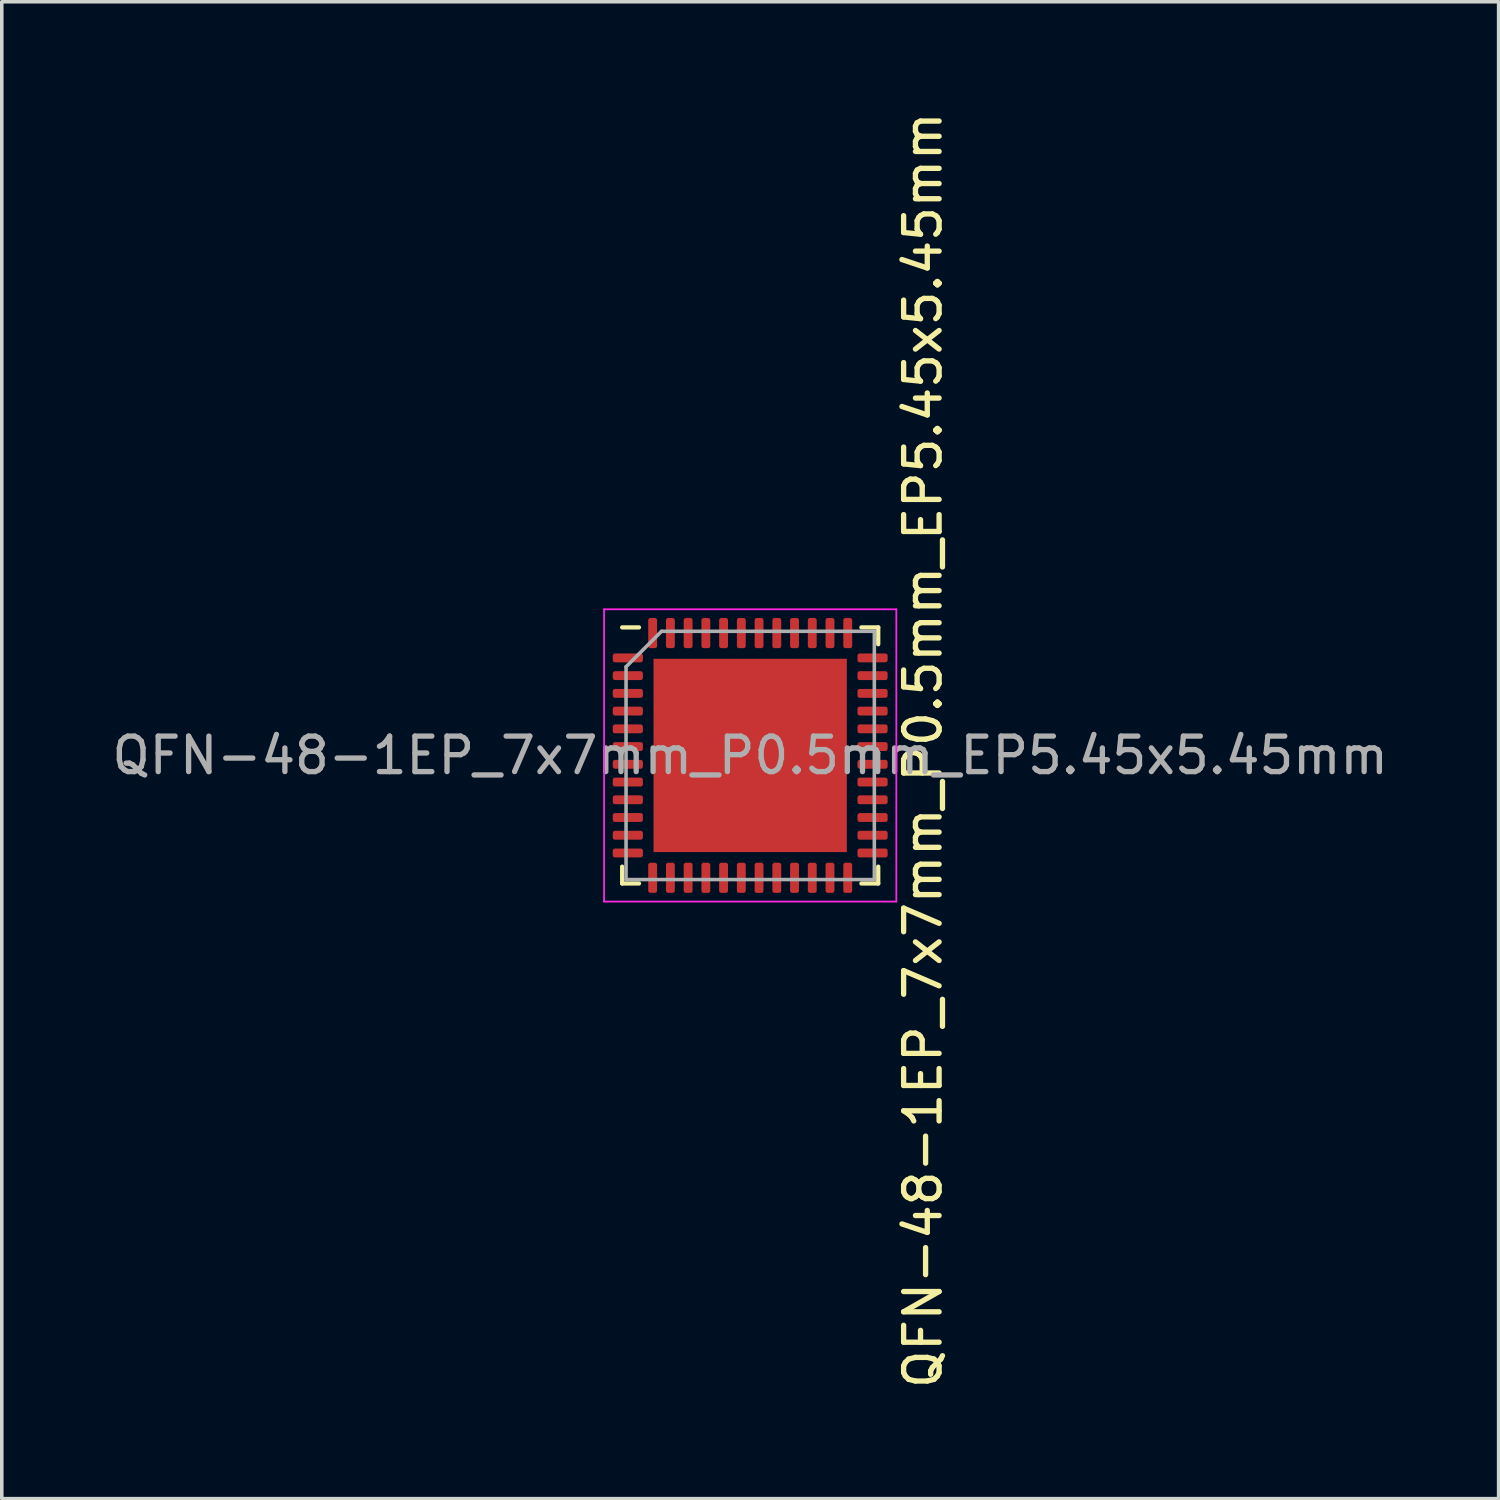
<source format=kicad_pcb>
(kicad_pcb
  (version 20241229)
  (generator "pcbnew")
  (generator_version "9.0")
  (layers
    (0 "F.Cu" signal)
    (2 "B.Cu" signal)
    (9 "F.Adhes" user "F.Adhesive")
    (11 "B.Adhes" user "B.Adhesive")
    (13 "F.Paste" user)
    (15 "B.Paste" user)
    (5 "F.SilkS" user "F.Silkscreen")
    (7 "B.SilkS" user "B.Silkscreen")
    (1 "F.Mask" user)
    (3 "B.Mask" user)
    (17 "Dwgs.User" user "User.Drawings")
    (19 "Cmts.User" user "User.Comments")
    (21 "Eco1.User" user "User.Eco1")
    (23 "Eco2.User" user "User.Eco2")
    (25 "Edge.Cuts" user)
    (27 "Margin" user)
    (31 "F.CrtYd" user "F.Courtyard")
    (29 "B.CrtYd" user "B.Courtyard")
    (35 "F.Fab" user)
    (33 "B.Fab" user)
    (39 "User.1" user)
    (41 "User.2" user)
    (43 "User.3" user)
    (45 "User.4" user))
  (footprint "QFN-48-1EP_7x7mm_P0.5mm_EP5.45x5.45mm"
    (layer "F.Cu")
    (at 18.101 18.249)
    (property "Reference" "QFN-48-1EP_7x7mm_P0.5mm_EP5.45x5.45mm" (at 4.871 -0.148 90) (layer "F.SilkS") (effects (font (size 1 1) (thickness 0.15))))
    (attr smd)
    (fp_line (start -3.61 3.61) (end -3.61 3.135) (stroke (width 0.12) (type solid)) (layer "F.SilkS"))
    (fp_line (start -3.135 -3.61) (end -3.61 -3.61) (stroke (width 0.12) (type solid)) (layer "F.SilkS"))
    (fp_line (start -3.135 3.61) (end -3.61 3.61) (stroke (width 0.12) (type solid)) (layer "F.SilkS"))
    (fp_line (start 3.135 -3.61) (end 3.61 -3.61) (stroke (width 0.12) (type solid)) (layer "F.SilkS"))
    (fp_line (start 3.135 3.61) (end 3.61 3.61) (stroke (width 0.12) (type solid)) (layer "F.SilkS"))
    (fp_line (start 3.61 -3.61) (end 3.61 -3.135) (stroke (width 0.12) (type solid)) (layer "F.SilkS"))
    (fp_line (start 3.61 3.61) (end 3.61 3.135) (stroke (width 0.12) (type solid)) (layer "F.SilkS"))
    (fp_line (start -4.12 -4.12) (end -4.12 4.12) (stroke (width 0.05) (type solid)) (layer "F.CrtYd"))
    (fp_line (start -4.12 4.12) (end 4.12 4.12) (stroke (width 0.05) (type solid)) (layer "F.CrtYd"))
    (fp_line (start 4.12 -4.12) (end -4.12 -4.12) (stroke (width 0.05) (type solid)) (layer "F.CrtYd"))
    (fp_line (start 4.12 4.12) (end 4.12 -4.12) (stroke (width 0.05) (type solid)) (layer "F.CrtYd"))
    (fp_line (start -3.5 -2.5) (end -2.5 -3.5) (stroke (width 0.1) (type solid)) (layer "F.Fab"))
    (fp_line (start -3.5 3.5) (end -3.5 -2.5) (stroke (width 0.1) (type solid)) (layer "F.Fab"))
    (fp_line (start -2.5 -3.5) (end 3.5 -3.5) (stroke (width 0.1) (type solid)) (layer "F.Fab"))
    (fp_line (start 3.5 -3.5) (end 3.5 3.5) (stroke (width 0.1) (type solid)) (layer "F.Fab"))
    (fp_line (start 3.5 3.5) (end -3.5 3.5) (stroke (width 0.1) (type solid)) (layer "F.Fab"))
    (fp_text user "${REFERENCE}" (at 0 0 0) (layer "F.Fab") (effects (font (size 1 1) (thickness 0.15))))
    (pad "" smd roundrect (at -2.04 -2.04) (size 1.1 1.1) (layers "F.Paste") (roundrect_rratio 0.227))
    (pad "" smd roundrect (at -2.04 -0.68) (size 1.1 1.1) (layers "F.Paste") (roundrect_rratio 0.227))
    (pad "" smd roundrect (at -2.04 0.68) (size 1.1 1.1) (layers "F.Paste") (roundrect_rratio 0.227))
    (pad "" smd roundrect (at -2.04 2.04) (size 1.1 1.1) (layers "F.Paste") (roundrect_rratio 0.227))
    (pad "" smd roundrect (at -0.68 -2.04) (size 1.1 1.1) (layers "F.Paste") (roundrect_rratio 0.227))
    (pad "" smd roundrect (at -0.68 -0.68) (size 1.1 1.1) (layers "F.Paste") (roundrect_rratio 0.227))
    (pad "" smd roundrect (at -0.68 0.68) (size 1.1 1.1) (layers "F.Paste") (roundrect_rratio 0.227))
    (pad "" smd roundrect (at -0.68 2.04) (size 1.1 1.1) (layers "F.Paste") (roundrect_rratio 0.227))
    (pad "" smd roundrect (at 0.68 -2.04) (size 1.1 1.1) (layers "F.Paste") (roundrect_rratio 0.227))
    (pad "" smd roundrect (at 0.68 -0.68) (size 1.1 1.1) (layers "F.Paste") (roundrect_rratio 0.227))
    (pad "" smd roundrect (at 0.68 0.68) (size 1.1 1.1) (layers "F.Paste") (roundrect_rratio 0.227))
    (pad "" smd roundrect (at 0.68 2.04) (size 1.1 1.1) (layers "F.Paste") (roundrect_rratio 0.227))
    (pad "" smd roundrect (at 2.04 -2.04) (size 1.1 1.1) (layers "F.Paste") (roundrect_rratio 0.227))
    (pad "" smd roundrect (at 2.04 -0.68) (size 1.1 1.1) (layers "F.Paste") (roundrect_rratio 0.227))
    (pad "" smd roundrect (at 2.04 0.68) (size 1.1 1.1) (layers "F.Paste") (roundrect_rratio 0.227))
    (pad "" smd roundrect (at 2.04 2.04) (size 1.1 1.1) (layers "F.Paste") (roundrect_rratio 0.227))
    (pad "1" smd roundrect (at -3.45 -2.75) (size 0.85 0.25) (layers "F.Cu" "F.Mask" "F.Paste") (roundrect_rratio 0.25))
    (pad "2" smd roundrect (at -3.45 -2.25) (size 0.85 0.25) (layers "F.Cu" "F.Mask" "F.Paste") (roundrect_rratio 0.25))
    (pad "3" smd roundrect (at -3.45 -1.75) (size 0.85 0.25) (layers "F.Cu" "F.Mask" "F.Paste") (roundrect_rratio 0.25))
    (pad "4" smd roundrect (at -3.45 -1.25) (size 0.85 0.25) (layers "F.Cu" "F.Mask" "F.Paste") (roundrect_rratio 0.25))
    (pad "5" smd roundrect (at -3.45 -0.75) (size 0.85 0.25) (layers "F.Cu" "F.Mask" "F.Paste") (roundrect_rratio 0.25))
    (pad "6" smd roundrect (at -3.45 -0.25) (size 0.85 0.25) (layers "F.Cu" "F.Mask" "F.Paste") (roundrect_rratio 0.25))
    (pad "7" smd roundrect (at -3.45 0.25) (size 0.85 0.25) (layers "F.Cu" "F.Mask" "F.Paste") (roundrect_rratio 0.25))
    (pad "8" smd roundrect (at -3.45 0.75) (size 0.85 0.25) (layers "F.Cu" "F.Mask" "F.Paste") (roundrect_rratio 0.25))
    (pad "9" smd roundrect (at -3.45 1.25) (size 0.85 0.25) (layers "F.Cu" "F.Mask" "F.Paste") (roundrect_rratio 0.25))
    (pad "10" smd roundrect (at -3.45 1.75) (size 0.85 0.25) (layers "F.Cu" "F.Mask" "F.Paste") (roundrect_rratio 0.25))
    (pad "11" smd roundrect (at -3.45 2.25) (size 0.85 0.25) (layers "F.Cu" "F.Mask" "F.Paste") (roundrect_rratio 0.25))
    (pad "12" smd roundrect (at -3.45 2.75) (size 0.85 0.25) (layers "F.Cu" "F.Mask" "F.Paste") (roundrect_rratio 0.25))
    (pad "13" smd roundrect (at -2.75 3.45) (size 0.25 0.85) (layers "F.Cu" "F.Mask" "F.Paste") (roundrect_rratio 0.25))
    (pad "14" smd roundrect (at -2.25 3.45) (size 0.25 0.85) (layers "F.Cu" "F.Mask" "F.Paste") (roundrect_rratio 0.25))
    (pad "15" smd roundrect (at -1.75 3.45) (size 0.25 0.85) (layers "F.Cu" "F.Mask" "F.Paste") (roundrect_rratio 0.25))
    (pad "16" smd roundrect (at -1.25 3.45) (size 0.25 0.85) (layers "F.Cu" "F.Mask" "F.Paste") (roundrect_rratio 0.25))
    (pad "17" smd roundrect (at -0.75 3.45) (size 0.25 0.85) (layers "F.Cu" "F.Mask" "F.Paste") (roundrect_rratio 0.25))
    (pad "18" smd roundrect (at -0.25 3.45) (size 0.25 0.85) (layers "F.Cu" "F.Mask" "F.Paste") (roundrect_rratio 0.25))
    (pad "19" smd roundrect (at 0.25 3.45) (size 0.25 0.85) (layers "F.Cu" "F.Mask" "F.Paste") (roundrect_rratio 0.25))
    (pad "20" smd roundrect (at 0.75 3.45) (size 0.25 0.85) (layers "F.Cu" "F.Mask" "F.Paste") (roundrect_rratio 0.25))
    (pad "21" smd roundrect (at 1.25 3.45) (size 0.25 0.85) (layers "F.Cu" "F.Mask" "F.Paste") (roundrect_rratio 0.25))
    (pad "22" smd roundrect (at 1.75 3.45) (size 0.25 0.85) (layers "F.Cu" "F.Mask" "F.Paste") (roundrect_rratio 0.25))
    (pad "23" smd roundrect (at 2.25 3.45) (size 0.25 0.85) (layers "F.Cu" "F.Mask" "F.Paste") (roundrect_rratio 0.25))
    (pad "24" smd roundrect (at 2.75 3.45) (size 0.25 0.85) (layers "F.Cu" "F.Mask" "F.Paste") (roundrect_rratio 0.25))
    (pad "25" smd roundrect (at 3.45 2.75) (size 0.85 0.25) (layers "F.Cu" "F.Mask" "F.Paste") (roundrect_rratio 0.25))
    (pad "26" smd roundrect (at 3.45 2.25) (size 0.85 0.25) (layers "F.Cu" "F.Mask" "F.Paste") (roundrect_rratio 0.25))
    (pad "27" smd roundrect (at 3.45 1.75) (size 0.85 0.25) (layers "F.Cu" "F.Mask" "F.Paste") (roundrect_rratio 0.25))
    (pad "28" smd roundrect (at 3.45 1.25) (size 0.85 0.25) (layers "F.Cu" "F.Mask" "F.Paste") (roundrect_rratio 0.25))
    (pad "29" smd roundrect (at 3.45 0.75) (size 0.85 0.25) (layers "F.Cu" "F.Mask" "F.Paste") (roundrect_rratio 0.25))
    (pad "30" smd roundrect (at 3.45 0.25) (size 0.85 0.25) (layers "F.Cu" "F.Mask" "F.Paste") (roundrect_rratio 0.25))
    (pad "31" smd roundrect (at 3.45 -0.25) (size 0.85 0.25) (layers "F.Cu" "F.Mask" "F.Paste") (roundrect_rratio 0.25))
    (pad "32" smd roundrect (at 3.45 -0.75) (size 0.85 0.25) (layers "F.Cu" "F.Mask" "F.Paste") (roundrect_rratio 0.25))
    (pad "33" smd roundrect (at 3.45 -1.25) (size 0.85 0.25) (layers "F.Cu" "F.Mask" "F.Paste") (roundrect_rratio 0.25))
    (pad "34" smd roundrect (at 3.45 -1.75) (size 0.85 0.25) (layers "F.Cu" "F.Mask" "F.Paste") (roundrect_rratio 0.25))
    (pad "35" smd roundrect (at 3.45 -2.25) (size 0.85 0.25) (layers "F.Cu" "F.Mask" "F.Paste") (roundrect_rratio 0.25))
    (pad "36" smd roundrect (at 3.45 -2.75) (size 0.85 0.25) (layers "F.Cu" "F.Mask" "F.Paste") (roundrect_rratio 0.25))
    (pad "37" smd roundrect (at 2.75 -3.45) (size 0.25 0.85) (layers "F.Cu" "F.Mask" "F.Paste") (roundrect_rratio 0.25))
    (pad "38" smd roundrect (at 2.25 -3.45) (size 0.25 0.85) (layers "F.Cu" "F.Mask" "F.Paste") (roundrect_rratio 0.25))
    (pad "39" smd roundrect (at 1.75 -3.45) (size 0.25 0.85) (layers "F.Cu" "F.Mask" "F.Paste") (roundrect_rratio 0.25))
    (pad "40" smd roundrect (at 1.25 -3.45) (size 0.25 0.85) (layers "F.Cu" "F.Mask" "F.Paste") (roundrect_rratio 0.25))
    (pad "41" smd roundrect (at 0.75 -3.45) (size 0.25 0.85) (layers "F.Cu" "F.Mask" "F.Paste") (roundrect_rratio 0.25))
    (pad "42" smd roundrect (at 0.25 -3.45) (size 0.25 0.85) (layers "F.Cu" "F.Mask" "F.Paste") (roundrect_rratio 0.25))
    (pad "43" smd roundrect (at -0.25 -3.45) (size 0.25 0.85) (layers "F.Cu" "F.Mask" "F.Paste") (roundrect_rratio 0.25))
    (pad "44" smd roundrect (at -0.75 -3.45) (size 0.25 0.85) (layers "F.Cu" "F.Mask" "F.Paste") (roundrect_rratio 0.25))
    (pad "45" smd roundrect (at -1.25 -3.45) (size 0.25 0.85) (layers "F.Cu" "F.Mask" "F.Paste") (roundrect_rratio 0.25))
    (pad "46" smd roundrect (at -1.75 -3.45) (size 0.25 0.85) (layers "F.Cu" "F.Mask" "F.Paste") (roundrect_rratio 0.25))
    (pad "47" smd roundrect (at -2.25 -3.45) (size 0.25 0.85) (layers "F.Cu" "F.Mask" "F.Paste") (roundrect_rratio 0.25))
    (pad "48" smd roundrect (at -2.75 -3.45) (size 0.25 0.85) (layers "F.Cu" "F.Mask" "F.Paste") (roundrect_rratio 0.25))
    (pad "49" smd rect (at 0 0) (size 5.45 5.45) (layers "F.Cu" "F.Mask")))
  (gr_rect
    (start -3 -3)
    (end 39.202 39.202)
    (stroke (width 0.1) (type default))
    (fill no)
    (layer "Edge.Cuts")))
</source>
